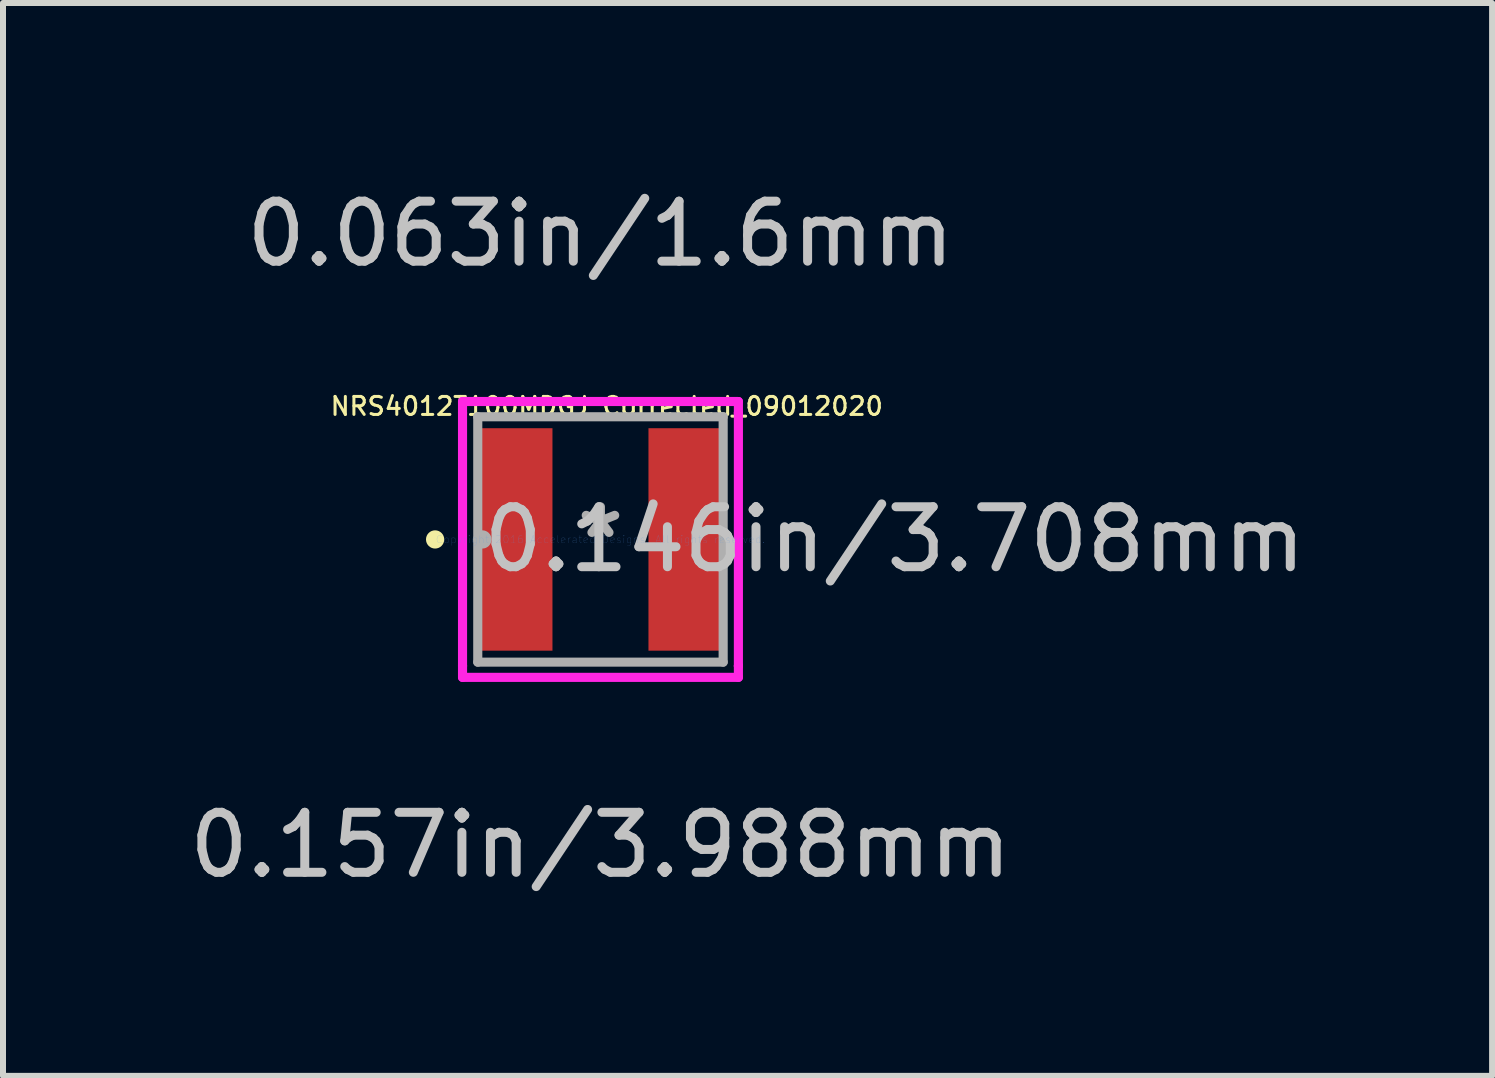
<source format=kicad_pcb>
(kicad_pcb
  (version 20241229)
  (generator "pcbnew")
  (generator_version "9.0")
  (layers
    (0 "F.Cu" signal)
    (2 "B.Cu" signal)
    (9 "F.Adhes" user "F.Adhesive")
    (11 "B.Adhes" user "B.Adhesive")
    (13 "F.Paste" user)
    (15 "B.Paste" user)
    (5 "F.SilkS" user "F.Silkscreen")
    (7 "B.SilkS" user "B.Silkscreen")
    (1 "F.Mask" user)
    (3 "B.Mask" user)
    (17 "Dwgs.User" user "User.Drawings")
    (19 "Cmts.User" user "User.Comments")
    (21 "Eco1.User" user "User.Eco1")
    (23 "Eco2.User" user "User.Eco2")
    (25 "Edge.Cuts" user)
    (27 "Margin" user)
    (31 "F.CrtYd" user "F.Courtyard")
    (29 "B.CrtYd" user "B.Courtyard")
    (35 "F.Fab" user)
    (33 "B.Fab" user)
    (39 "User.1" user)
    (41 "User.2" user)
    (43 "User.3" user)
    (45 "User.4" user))
  (footprint "NRS4012T100MDGJ_Corrected_09012020"
    (layer "F.Cu")
    (at 6.958 5.941)
    (property "Reference" "NRS4012T100MDGJ_Corrected_09012020" (at 0.105 -2.22 0) (layer "F.SilkS") (effects (font (size 0.3 0.3) (thickness 0.05))))
    (attr smd)
    (fp_circle (center -2.756 0) (end -2.68 0) (stroke (width 0.152) (type solid)) (fill no) (layer "F.SilkS"))
    (fp_line (start -2.299 -2.299) (end 2.299 -2.299) (stroke (width 0.152) (type solid)) (layer "F.CrtYd"))
    (fp_line (start -2.299 -2.108) (end -2.299 -2.299) (stroke (width 0.152) (type solid)) (layer "F.CrtYd"))
    (fp_line (start -2.299 -2.108) (end -2.299 -2.108) (stroke (width 0.152) (type solid)) (layer "F.CrtYd"))
    (fp_line (start -2.299 2.108) (end -2.299 -2.108) (stroke (width 0.152) (type solid)) (layer "F.CrtYd"))
    (fp_line (start -2.299 2.108) (end -2.299 2.108) (stroke (width 0.152) (type solid)) (layer "F.CrtYd"))
    (fp_line (start -2.299 2.299) (end -2.299 2.108) (stroke (width 0.152) (type solid)) (layer "F.CrtYd"))
    (fp_line (start 2.299 -2.299) (end 2.299 -2.108) (stroke (width 0.152) (type solid)) (layer "F.CrtYd"))
    (fp_line (start 2.299 -2.108) (end 2.299 -2.108) (stroke (width 0.152) (type solid)) (layer "F.CrtYd"))
    (fp_line (start 2.299 -2.108) (end 2.299 2.108) (stroke (width 0.152) (type solid)) (layer "F.CrtYd"))
    (fp_line (start 2.299 2.108) (end 2.299 2.108) (stroke (width 0.152) (type solid)) (layer "F.CrtYd"))
    (fp_line (start 2.299 2.108) (end 2.299 2.299) (stroke (width 0.152) (type solid)) (layer "F.CrtYd"))
    (fp_line (start 2.299 2.299) (end -2.299 2.299) (stroke (width 0.152) (type solid)) (layer "F.CrtYd"))
    (fp_line (start -2.045 -2.045) (end -2.045 2.045) (stroke (width 0.152) (type solid)) (layer "F.Fab"))
    (fp_line (start -2.045 2.045) (end 2.045 2.045) (stroke (width 0.152) (type solid)) (layer "F.Fab"))
    (fp_line (start 2.045 -2.045) (end -2.045 -2.045) (stroke (width 0.152) (type solid)) (layer "F.Fab"))
    (fp_line (start 2.045 2.045) (end 2.045 -2.045) (stroke (width 0.152) (type solid)) (layer "F.Fab"))
    (fp_circle (center -1.968 0) (end -1.892 0) (stroke (width 0.152) (type solid)) (fill no) (layer "F.Fab"))
    (fp_text user "0.063in/1.6mm" (at 0 -5.093 0) (layer "Dwgs.User") (effects (font (size 1 1) (thickness 0.15))))
    (fp_text user "0.146in/3.708mm" (at 4.902 0 0) (layer "Dwgs.User") (effects (font (size 1 1) (thickness 0.15))))
    (fp_text user "0.157in/3.988mm" (at 0 5.093 0) (layer "Dwgs.User") (effects (font (size 1 1) (thickness 0.15))))
    (fp_text user "Copyright 2016 Accelerated Designs. All rights reserved." (at 0 0 0) (layer "Cmts.User") (effects (font (size 0.127 0.127) (thickness 0.002))))
    (fp_text user "*" (at 0 0 0) (layer "F.Fab") (effects (font (size 1 1) (thickness 0.15))))
    (pad "1" smd rect (at -1.397 0) (size 1.194 3.708) (layers "F.Cu" "F.Mask" "F.Paste"))
    (pad "2" smd rect (at 1.397 0) (size 1.194 3.708) (layers "F.Cu" "F.Mask" "F.Paste")))
  (gr_rect
    (start -3 -3)
    (end 21.819 14.882)
    (stroke (width 0.1) (type default))
    (fill no)
    (layer "Edge.Cuts")))
</source>
